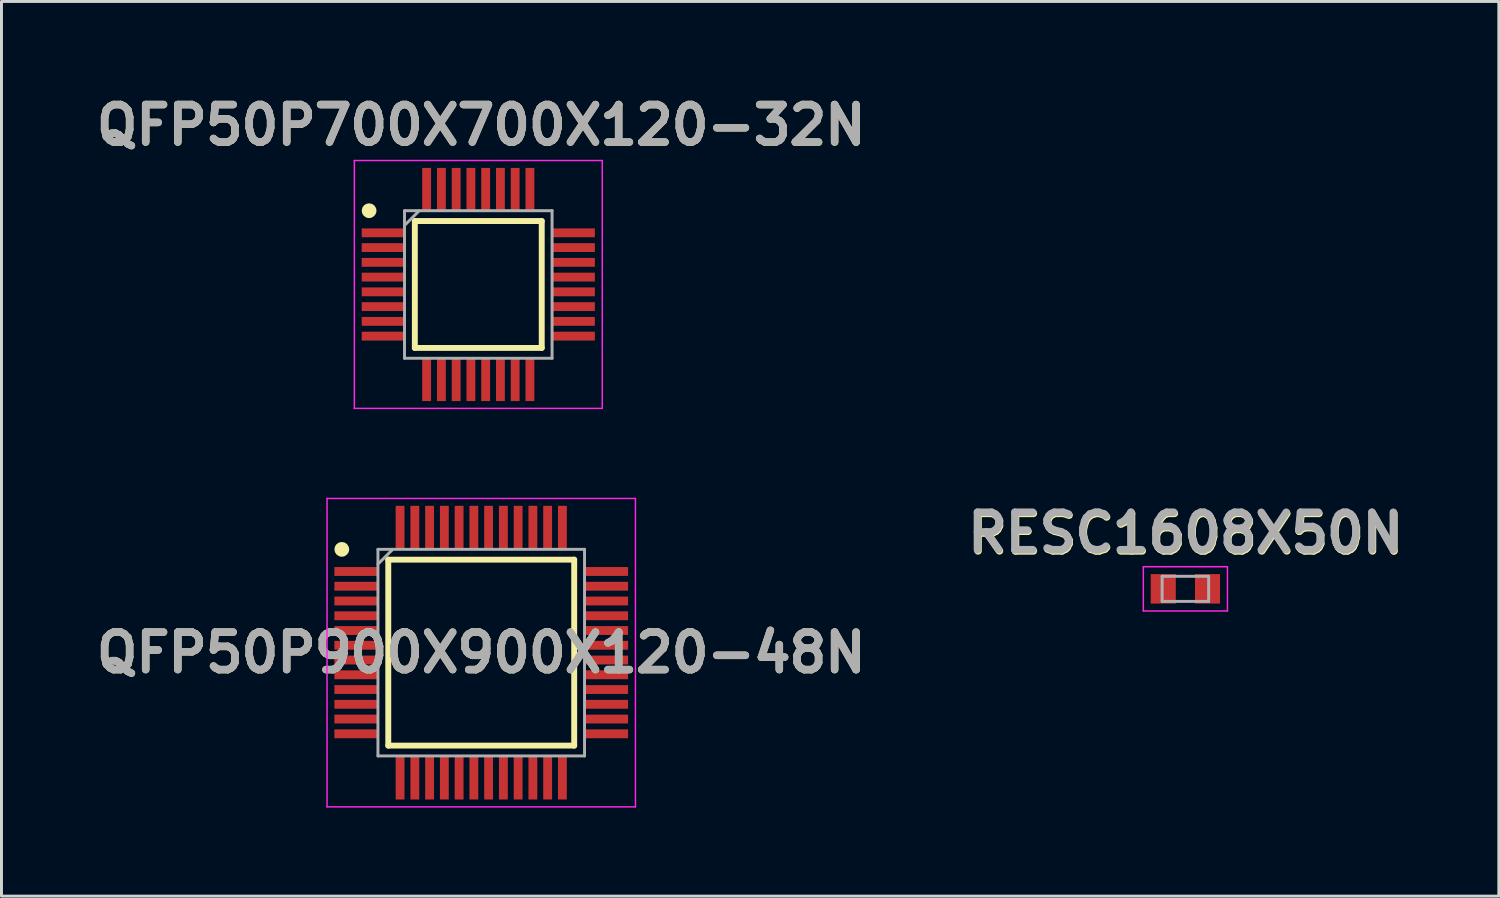
<source format=kicad_pcb>
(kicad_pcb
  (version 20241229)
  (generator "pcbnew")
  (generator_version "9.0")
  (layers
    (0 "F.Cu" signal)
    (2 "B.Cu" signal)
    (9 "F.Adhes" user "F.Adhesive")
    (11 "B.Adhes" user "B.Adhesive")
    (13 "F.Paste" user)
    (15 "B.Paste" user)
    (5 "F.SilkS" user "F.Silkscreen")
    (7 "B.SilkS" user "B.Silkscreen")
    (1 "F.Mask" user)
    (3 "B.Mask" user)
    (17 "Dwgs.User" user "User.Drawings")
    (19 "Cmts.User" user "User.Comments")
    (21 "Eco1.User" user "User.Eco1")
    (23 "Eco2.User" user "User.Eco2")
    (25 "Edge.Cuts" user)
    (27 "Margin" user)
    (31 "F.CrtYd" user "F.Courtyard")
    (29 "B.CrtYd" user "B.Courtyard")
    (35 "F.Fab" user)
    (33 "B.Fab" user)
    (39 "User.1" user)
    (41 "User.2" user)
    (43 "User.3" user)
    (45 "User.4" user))
  (footprint "QFP50P900X900X120-48N"
    (layer "F.Cu")
    (at 13.256 19.064)
    (property "Reference" "QFP50P900X900X120-48N" (at 0 0 0) (layer "F.SilkS") (effects (font (size 1.27 1.27) (thickness 0.254))))
    (attr smd)
    (fp_line (start -3.15 -3.15) (end 3.15 -3.15) (stroke (width 0.2) (type solid)) (layer "F.SilkS"))
    (fp_line (start -3.15 3.15) (end -3.15 -3.15) (stroke (width 0.2) (type solid)) (layer "F.SilkS"))
    (fp_line (start 3.15 -3.15) (end 3.15 3.15) (stroke (width 0.2) (type solid)) (layer "F.SilkS"))
    (fp_line (start 3.15 3.15) (end -3.15 3.15) (stroke (width 0.2) (type solid)) (layer "F.SilkS"))
    (fp_circle (center -4.725 -3.5) (end -4.725 -3.375) (stroke (width 0.25) (type solid)) (fill no) (layer "F.SilkS"))
    (fp_line (start -5.225 -5.225) (end 5.225 -5.225) (stroke (width 0.05) (type solid)) (layer "F.CrtYd"))
    (fp_line (start -5.225 5.225) (end -5.225 -5.225) (stroke (width 0.05) (type solid)) (layer "F.CrtYd"))
    (fp_line (start 5.225 -5.225) (end 5.225 5.225) (stroke (width 0.05) (type solid)) (layer "F.CrtYd"))
    (fp_line (start 5.225 5.225) (end -5.225 5.225) (stroke (width 0.05) (type solid)) (layer "F.CrtYd"))
    (fp_line (start -3.5 -3.5) (end 3.5 -3.5) (stroke (width 0.1) (type solid)) (layer "F.Fab"))
    (fp_line (start -3.5 -3) (end -3 -3.5) (stroke (width 0.1) (type solid)) (layer "F.Fab"))
    (fp_line (start -3.5 3.5) (end -3.5 -3.5) (stroke (width 0.1) (type solid)) (layer "F.Fab"))
    (fp_line (start 3.5 -3.5) (end 3.5 3.5) (stroke (width 0.1) (type solid)) (layer "F.Fab"))
    (fp_line (start 3.5 3.5) (end -3.5 3.5) (stroke (width 0.1) (type solid)) (layer "F.Fab"))
    (fp_text user "${REFERENCE}" (at 0 0 0) (layer "F.Fab") (effects (font (size 1.27 1.27) (thickness 0.254))))
    (pad "1" smd rect (at -4.238 -2.75 90) (size 0.3 1.475) (layers "F.Cu" "F.Mask" "F.Paste"))
    (pad "2" smd rect (at -4.238 -2.25 90) (size 0.3 1.475) (layers "F.Cu" "F.Mask" "F.Paste"))
    (pad "3" smd rect (at -4.238 -1.75 90) (size 0.3 1.475) (layers "F.Cu" "F.Mask" "F.Paste"))
    (pad "4" smd rect (at -4.238 -1.25 90) (size 0.3 1.475) (layers "F.Cu" "F.Mask" "F.Paste"))
    (pad "5" smd rect (at -4.238 -0.75 90) (size 0.3 1.475) (layers "F.Cu" "F.Mask" "F.Paste"))
    (pad "6" smd rect (at -4.238 -0.25 90) (size 0.3 1.475) (layers "F.Cu" "F.Mask" "F.Paste"))
    (pad "7" smd rect (at -4.238 0.25 90) (size 0.3 1.475) (layers "F.Cu" "F.Mask" "F.Paste"))
    (pad "8" smd rect (at -4.238 0.75 90) (size 0.3 1.475) (layers "F.Cu" "F.Mask" "F.Paste"))
    (pad "9" smd rect (at -4.238 1.25 90) (size 0.3 1.475) (layers "F.Cu" "F.Mask" "F.Paste"))
    (pad "10" smd rect (at -4.238 1.75 90) (size 0.3 1.475) (layers "F.Cu" "F.Mask" "F.Paste"))
    (pad "11" smd rect (at -4.238 2.25 90) (size 0.3 1.475) (layers "F.Cu" "F.Mask" "F.Paste"))
    (pad "12" smd rect (at -4.238 2.75 90) (size 0.3 1.475) (layers "F.Cu" "F.Mask" "F.Paste"))
    (pad "13" smd rect (at -2.75 4.238) (size 0.3 1.475) (layers "F.Cu" "F.Mask" "F.Paste"))
    (pad "14" smd rect (at -2.25 4.238) (size 0.3 1.475) (layers "F.Cu" "F.Mask" "F.Paste"))
    (pad "15" smd rect (at -1.75 4.238) (size 0.3 1.475) (layers "F.Cu" "F.Mask" "F.Paste"))
    (pad "16" smd rect (at -1.25 4.238) (size 0.3 1.475) (layers "F.Cu" "F.Mask" "F.Paste"))
    (pad "17" smd rect (at -0.75 4.238) (size 0.3 1.475) (layers "F.Cu" "F.Mask" "F.Paste"))
    (pad "18" smd rect (at -0.25 4.238) (size 0.3 1.475) (layers "F.Cu" "F.Mask" "F.Paste"))
    (pad "19" smd rect (at 0.25 4.238) (size 0.3 1.475) (layers "F.Cu" "F.Mask" "F.Paste"))
    (pad "20" smd rect (at 0.75 4.238) (size 0.3 1.475) (layers "F.Cu" "F.Mask" "F.Paste"))
    (pad "21" smd rect (at 1.25 4.238) (size 0.3 1.475) (layers "F.Cu" "F.Mask" "F.Paste"))
    (pad "22" smd rect (at 1.75 4.238) (size 0.3 1.475) (layers "F.Cu" "F.Mask" "F.Paste"))
    (pad "23" smd rect (at 2.25 4.238) (size 0.3 1.475) (layers "F.Cu" "F.Mask" "F.Paste"))
    (pad "24" smd rect (at 2.75 4.238) (size 0.3 1.475) (layers "F.Cu" "F.Mask" "F.Paste"))
    (pad "25" smd rect (at 4.238 2.75 90) (size 0.3 1.475) (layers "F.Cu" "F.Mask" "F.Paste"))
    (pad "26" smd rect (at 4.238 2.25 90) (size 0.3 1.475) (layers "F.Cu" "F.Mask" "F.Paste"))
    (pad "27" smd rect (at 4.238 1.75 90) (size 0.3 1.475) (layers "F.Cu" "F.Mask" "F.Paste"))
    (pad "28" smd rect (at 4.238 1.25 90) (size 0.3 1.475) (layers "F.Cu" "F.Mask" "F.Paste"))
    (pad "29" smd rect (at 4.238 0.75 90) (size 0.3 1.475) (layers "F.Cu" "F.Mask" "F.Paste"))
    (pad "30" smd rect (at 4.238 0.25 90) (size 0.3 1.475) (layers "F.Cu" "F.Mask" "F.Paste"))
    (pad "31" smd rect (at 4.238 -0.25 90) (size 0.3 1.475) (layers "F.Cu" "F.Mask" "F.Paste"))
    (pad "32" smd rect (at 4.238 -0.75 90) (size 0.3 1.475) (layers "F.Cu" "F.Mask" "F.Paste"))
    (pad "33" smd rect (at 4.238 -1.25 90) (size 0.3 1.475) (layers "F.Cu" "F.Mask" "F.Paste"))
    (pad "34" smd rect (at 4.238 -1.75 90) (size 0.3 1.475) (layers "F.Cu" "F.Mask" "F.Paste"))
    (pad "35" smd rect (at 4.238 -2.25 90) (size 0.3 1.475) (layers "F.Cu" "F.Mask" "F.Paste"))
    (pad "36" smd rect (at 4.238 -2.75 90) (size 0.3 1.475) (layers "F.Cu" "F.Mask" "F.Paste"))
    (pad "37" smd rect (at 2.75 -4.238) (size 0.3 1.475) (layers "F.Cu" "F.Mask" "F.Paste"))
    (pad "38" smd rect (at 2.25 -4.238) (size 0.3 1.475) (layers "F.Cu" "F.Mask" "F.Paste"))
    (pad "39" smd rect (at 1.75 -4.238) (size 0.3 1.475) (layers "F.Cu" "F.Mask" "F.Paste"))
    (pad "40" smd rect (at 1.25 -4.238) (size 0.3 1.475) (layers "F.Cu" "F.Mask" "F.Paste"))
    (pad "41" smd rect (at 0.75 -4.238) (size 0.3 1.475) (layers "F.Cu" "F.Mask" "F.Paste"))
    (pad "42" smd rect (at 0.25 -4.238) (size 0.3 1.475) (layers "F.Cu" "F.Mask" "F.Paste"))
    (pad "43" smd rect (at -0.25 -4.238) (size 0.3 1.475) (layers "F.Cu" "F.Mask" "F.Paste"))
    (pad "44" smd rect (at -0.75 -4.238) (size 0.3 1.475) (layers "F.Cu" "F.Mask" "F.Paste"))
    (pad "45" smd rect (at -1.25 -4.238) (size 0.3 1.475) (layers "F.Cu" "F.Mask" "F.Paste"))
    (pad "46" smd rect (at -1.75 -4.238) (size 0.3 1.475) (layers "F.Cu" "F.Mask" "F.Paste"))
    (pad "47" smd rect (at -2.25 -4.238) (size 0.3 1.475) (layers "F.Cu" "F.Mask" "F.Paste"))
    (pad "48" smd rect (at -2.75 -4.238) (size 0.3 1.475) (layers "F.Cu" "F.Mask" "F.Paste")))
  (footprint "RESC1608X50N"
    (layer "F.Cu")
    (at 37.115 16.902)
    (property "Reference" "RESC1608X50N" (at 0.02 -1.86 0) (layer "F.SilkS") (effects (font (size 1.27 1.27) (thickness 0.254))))
    (attr smd)
    (fp_line (start -1.425 -0.75) (end 1.425 -0.75) (stroke (width 0.05) (type solid)) (layer "F.CrtYd"))
    (fp_line (start -1.425 0.75) (end -1.425 -0.75) (stroke (width 0.05) (type solid)) (layer "F.CrtYd"))
    (fp_line (start 1.425 -0.75) (end 1.425 0.75) (stroke (width 0.05) (type solid)) (layer "F.CrtYd"))
    (fp_line (start 1.425 0.75) (end -1.425 0.75) (stroke (width 0.05) (type solid)) (layer "F.CrtYd"))
    (fp_line (start -0.788 -0.425) (end 0.788 -0.425) (stroke (width 0.1) (type solid)) (layer "F.Fab"))
    (fp_line (start -0.788 0.425) (end -0.788 -0.425) (stroke (width 0.1) (type solid)) (layer "F.Fab"))
    (fp_line (start 0.788 -0.425) (end 0.788 0.425) (stroke (width 0.1) (type solid)) (layer "F.Fab"))
    (fp_line (start 0.788 0.425) (end -0.788 0.425) (stroke (width 0.1) (type solid)) (layer "F.Fab"))
    (fp_text user "${REFERENCE}" (at 0 -1.9 0) (layer "F.Fab") (effects (font (size 1.27 1.27) (thickness 0.254))))
    (pad "1" smd rect (at -0.75 0) (size 0.85 1) (layers "F.Cu" "F.Mask" "F.Paste"))
    (pad "2" smd rect (at 0.75 0) (size 0.85 1) (layers "F.Cu" "F.Mask" "F.Paste")))
  (footprint "QFP50P700X700X120-32N"
    (layer "F.Cu")
    (at 13.156 6.589)
    (property "Reference" "QFP50P700X700X120-32N" (at 0.1 -5.4 0) (layer "F.SilkS") (effects (font (size 1.27 1.27) (thickness 0.254))))
    (attr smd)
    (fp_line (start -2.15 -2.15) (end 2.15 -2.15) (stroke (width 0.2) (type solid)) (layer "F.SilkS"))
    (fp_line (start -2.15 2.15) (end -2.15 -2.15) (stroke (width 0.2) (type solid)) (layer "F.SilkS"))
    (fp_line (start 2.15 -2.15) (end 2.15 2.15) (stroke (width 0.2) (type solid)) (layer "F.SilkS"))
    (fp_line (start 2.15 2.15) (end -2.15 2.15) (stroke (width 0.2) (type solid)) (layer "F.SilkS"))
    (fp_circle (center -3.7 -2.5) (end -3.7 -2.375) (stroke (width 0.25) (type solid)) (fill no) (layer "F.SilkS"))
    (fp_line (start -4.2 -4.2) (end 4.2 -4.2) (stroke (width 0.05) (type solid)) (layer "F.CrtYd"))
    (fp_line (start -4.2 4.2) (end -4.2 -4.2) (stroke (width 0.05) (type solid)) (layer "F.CrtYd"))
    (fp_line (start 4.2 -4.2) (end 4.2 4.2) (stroke (width 0.05) (type solid)) (layer "F.CrtYd"))
    (fp_line (start 4.2 4.2) (end -4.2 4.2) (stroke (width 0.05) (type solid)) (layer "F.CrtYd"))
    (fp_line (start -2.5 -2.5) (end 2.5 -2.5) (stroke (width 0.1) (type solid)) (layer "F.Fab"))
    (fp_line (start -2.5 -2) (end -2 -2.5) (stroke (width 0.1) (type solid)) (layer "F.Fab"))
    (fp_line (start -2.5 2.5) (end -2.5 -2.5) (stroke (width 0.1) (type solid)) (layer "F.Fab"))
    (fp_line (start 2.5 -2.5) (end 2.5 2.5) (stroke (width 0.1) (type solid)) (layer "F.Fab"))
    (fp_line (start 2.5 2.5) (end -2.5 2.5) (stroke (width 0.1) (type solid)) (layer "F.Fab"))
    (fp_text user "${REFERENCE}" (at 0.1 -5.4 0) (layer "F.Fab") (effects (font (size 1.27 1.27) (thickness 0.254))))
    (pad "1" smd rect (at -3.225 -1.75 90) (size 0.3 1.45) (layers "F.Cu" "F.Mask" "F.Paste"))
    (pad "2" smd rect (at -3.225 -1.25 90) (size 0.3 1.45) (layers "F.Cu" "F.Mask" "F.Paste"))
    (pad "3" smd rect (at -3.225 -0.75 90) (size 0.3 1.45) (layers "F.Cu" "F.Mask" "F.Paste"))
    (pad "4" smd rect (at -3.225 -0.25 90) (size 0.3 1.45) (layers "F.Cu" "F.Mask" "F.Paste"))
    (pad "5" smd rect (at -3.225 0.25 90) (size 0.3 1.45) (layers "F.Cu" "F.Mask" "F.Paste"))
    (pad "6" smd rect (at -3.225 0.75 90) (size 0.3 1.45) (layers "F.Cu" "F.Mask" "F.Paste"))
    (pad "7" smd rect (at -3.225 1.25 90) (size 0.3 1.45) (layers "F.Cu" "F.Mask" "F.Paste"))
    (pad "8" smd rect (at -3.225 1.75 90) (size 0.3 1.45) (layers "F.Cu" "F.Mask" "F.Paste"))
    (pad "9" smd rect (at -1.75 3.225) (size 0.3 1.45) (layers "F.Cu" "F.Mask" "F.Paste"))
    (pad "10" smd rect (at -1.25 3.225) (size 0.3 1.45) (layers "F.Cu" "F.Mask" "F.Paste"))
    (pad "11" smd rect (at -0.75 3.225) (size 0.3 1.45) (layers "F.Cu" "F.Mask" "F.Paste"))
    (pad "12" smd rect (at -0.25 3.225) (size 0.3 1.45) (layers "F.Cu" "F.Mask" "F.Paste"))
    (pad "13" smd rect (at 0.25 3.225) (size 0.3 1.45) (layers "F.Cu" "F.Mask" "F.Paste"))
    (pad "14" smd rect (at 0.75 3.225) (size 0.3 1.45) (layers "F.Cu" "F.Mask" "F.Paste"))
    (pad "15" smd rect (at 1.25 3.225) (size 0.3 1.45) (layers "F.Cu" "F.Mask" "F.Paste"))
    (pad "16" smd rect (at 1.75 3.225) (size 0.3 1.45) (layers "F.Cu" "F.Mask" "F.Paste"))
    (pad "17" smd rect (at 3.225 1.75 90) (size 0.3 1.45) (layers "F.Cu" "F.Mask" "F.Paste"))
    (pad "18" smd rect (at 3.225 1.25 90) (size 0.3 1.45) (layers "F.Cu" "F.Mask" "F.Paste"))
    (pad "19" smd rect (at 3.225 0.75 90) (size 0.3 1.45) (layers "F.Cu" "F.Mask" "F.Paste"))
    (pad "20" smd rect (at 3.225 0.25 90) (size 0.3 1.45) (layers "F.Cu" "F.Mask" "F.Paste"))
    (pad "21" smd rect (at 3.225 -0.25 90) (size 0.3 1.45) (layers "F.Cu" "F.Mask" "F.Paste"))
    (pad "22" smd rect (at 3.225 -0.75 90) (size 0.3 1.45) (layers "F.Cu" "F.Mask" "F.Paste"))
    (pad "23" smd rect (at 3.225 -1.25 90) (size 0.3 1.45) (layers "F.Cu" "F.Mask" "F.Paste"))
    (pad "24" smd rect (at 3.225 -1.75 90) (size 0.3 1.45) (layers "F.Cu" "F.Mask" "F.Paste"))
    (pad "25" smd rect (at 1.75 -3.225) (size 0.3 1.45) (layers "F.Cu" "F.Mask" "F.Paste"))
    (pad "26" smd rect (at 1.25 -3.225) (size 0.3 1.45) (layers "F.Cu" "F.Mask" "F.Paste"))
    (pad "27" smd rect (at 0.75 -3.225) (size 0.3 1.45) (layers "F.Cu" "F.Mask" "F.Paste"))
    (pad "28" smd rect (at 0.25 -3.225) (size 0.3 1.45) (layers "F.Cu" "F.Mask" "F.Paste"))
    (pad "29" smd rect (at -0.25 -3.225) (size 0.3 1.45) (layers "F.Cu" "F.Mask" "F.Paste"))
    (pad "30" smd rect (at -0.75 -3.225) (size 0.3 1.45) (layers "F.Cu" "F.Mask" "F.Paste"))
    (pad "31" smd rect (at -1.25 -3.225) (size 0.3 1.45) (layers "F.Cu" "F.Mask" "F.Paste"))
    (pad "32" smd rect (at -1.75 -3.225) (size 0.3 1.45) (layers "F.Cu" "F.Mask" "F.Paste")))
  (gr_rect
    (start -3 -3)
    (end 47.736 27.314)
    (stroke (width 0.1) (type default))
    (fill no)
    (layer "Edge.Cuts")))
</source>
